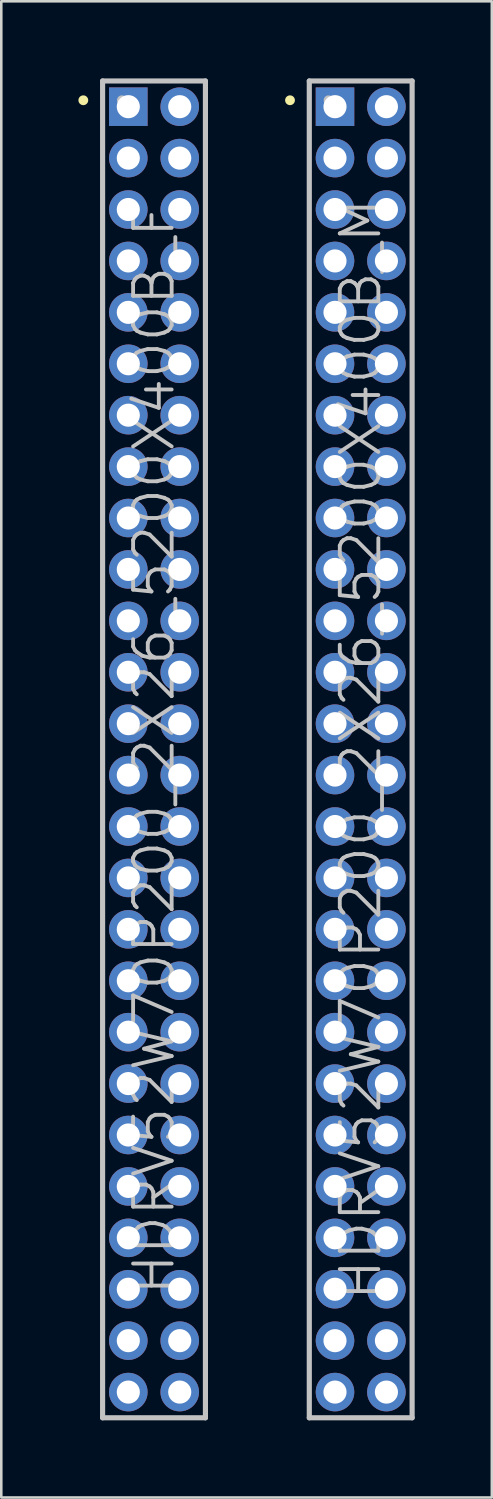
<source format=kicad_pcb>
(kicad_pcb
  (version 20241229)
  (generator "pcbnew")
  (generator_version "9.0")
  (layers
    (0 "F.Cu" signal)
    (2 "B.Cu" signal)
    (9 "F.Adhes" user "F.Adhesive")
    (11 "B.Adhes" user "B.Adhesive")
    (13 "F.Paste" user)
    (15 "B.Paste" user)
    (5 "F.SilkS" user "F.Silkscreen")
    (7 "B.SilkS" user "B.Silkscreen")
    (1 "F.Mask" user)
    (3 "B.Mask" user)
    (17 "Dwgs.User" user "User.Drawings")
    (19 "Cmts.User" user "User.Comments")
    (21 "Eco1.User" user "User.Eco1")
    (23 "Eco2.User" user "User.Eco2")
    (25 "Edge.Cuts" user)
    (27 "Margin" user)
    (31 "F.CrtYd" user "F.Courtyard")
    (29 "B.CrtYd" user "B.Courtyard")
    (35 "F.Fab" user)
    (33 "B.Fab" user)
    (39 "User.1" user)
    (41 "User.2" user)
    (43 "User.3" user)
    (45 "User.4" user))
  (footprint "HDRV52W70P200_2X26_5200X400B_F"
    (layer "F.Cu")
    (at 2.941 26.1)
    (property "Reference" "HDRV52W70P200_2X26_5200X400B_F" (at 0 0 90) (layer "Dwgs.User") (effects (font (size 1.5 1.5) (thickness 0.15))))
    (attr through_hole)
    (fp_line (start -2.75 -25.25) (end -2.75 -25.25) (stroke (width 0.381) (type solid)) (layer "F.SilkS"))
    (fp_line (start -2 -26) (end -2 26) (stroke (width 0.2) (type solid)) (layer "Dwgs.User"))
    (fp_line (start -2 -26) (end 2 -26) (stroke (width 0.2) (type solid)) (layer "Dwgs.User"))
    (fp_line (start -2 26) (end 2 26) (stroke (width 0.2) (type solid)) (layer "Dwgs.User"))
    (fp_line (start -1.25 -25.25) (end -1.25 -25.25) (stroke (width 0.381) (type solid)) (layer "Dwgs.User"))
    (fp_line (start 2 -26) (end 2 26) (stroke (width 0.2) (type solid)) (layer "Dwgs.User"))
    (pad "1" thru_hole rect (at -1 -25) (size 1.5 1.5) (drill 0.9) (layers "*.Cu" "*.Mask"))
    (pad "2" thru_hole circle (at 1 -25 270) (size 1.5 1.5) (drill 0.9) (layers "*.Cu" "*.Mask"))
    (pad "3" thru_hole circle (at -1 -23 270) (size 1.5 1.5) (drill 0.9) (layers "*.Cu" "*.Mask"))
    (pad "4" thru_hole circle (at 1 -23 270) (size 1.5 1.5) (drill 0.9) (layers "*.Cu" "*.Mask"))
    (pad "5" thru_hole circle (at -1 -21 270) (size 1.5 1.5) (drill 0.9) (layers "*.Cu" "*.Mask"))
    (pad "6" thru_hole circle (at 1 -21 270) (size 1.5 1.5) (drill 0.9) (layers "*.Cu" "*.Mask"))
    (pad "7" thru_hole circle (at -1 -19 270) (size 1.5 1.5) (drill 0.9) (layers "*.Cu" "*.Mask"))
    (pad "8" thru_hole circle (at 1 -19 270) (size 1.5 1.5) (drill 0.9) (layers "*.Cu" "*.Mask"))
    (pad "9" thru_hole circle (at -1 -17 270) (size 1.5 1.5) (drill 0.9) (layers "*.Cu" "*.Mask"))
    (pad "10" thru_hole circle (at 1 -17 270) (size 1.5 1.5) (drill 0.9) (layers "*.Cu" "*.Mask"))
    (pad "11" thru_hole circle (at -1 -15 270) (size 1.5 1.5) (drill 0.9) (layers "*.Cu" "*.Mask"))
    (pad "12" thru_hole circle (at 1 -15 270) (size 1.5 1.5) (drill 0.9) (layers "*.Cu" "*.Mask"))
    (pad "13" thru_hole circle (at -1 -13 270) (size 1.5 1.5) (drill 0.9) (layers "*.Cu" "*.Mask"))
    (pad "14" thru_hole circle (at 1 -13 270) (size 1.5 1.5) (drill 0.9) (layers "*.Cu" "*.Mask"))
    (pad "15" thru_hole circle (at -1 -11 270) (size 1.5 1.5) (drill 0.9) (layers "*.Cu" "*.Mask"))
    (pad "16" thru_hole circle (at 1 -11 270) (size 1.5 1.5) (drill 0.9) (layers "*.Cu" "*.Mask"))
    (pad "17" thru_hole circle (at -1 -9 270) (size 1.5 1.5) (drill 0.9) (layers "*.Cu" "*.Mask"))
    (pad "18" thru_hole circle (at 1 -9 270) (size 1.5 1.5) (drill 0.9) (layers "*.Cu" "*.Mask"))
    (pad "19" thru_hole circle (at -1 -7 270) (size 1.5 1.5) (drill 0.9) (layers "*.Cu" "*.Mask"))
    (pad "20" thru_hole circle (at 1 -7 270) (size 1.5 1.5) (drill 0.9) (layers "*.Cu" "*.Mask"))
    (pad "21" thru_hole circle (at -1 -5 270) (size 1.5 1.5) (drill 0.9) (layers "*.Cu" "*.Mask"))
    (pad "22" thru_hole circle (at 1 -5 270) (size 1.5 1.5) (drill 0.9) (layers "*.Cu" "*.Mask"))
    (pad "23" thru_hole circle (at -1 -3 270) (size 1.5 1.5) (drill 0.9) (layers "*.Cu" "*.Mask"))
    (pad "24" thru_hole circle (at 1 -3 270) (size 1.5 1.5) (drill 0.9) (layers "*.Cu" "*.Mask"))
    (pad "25" thru_hole circle (at -1 -1 270) (size 1.5 1.5) (drill 0.9) (layers "*.Cu" "*.Mask"))
    (pad "26" thru_hole circle (at 1 -1 270) (size 1.5 1.5) (drill 0.9) (layers "*.Cu" "*.Mask"))
    (pad "27" thru_hole circle (at -1 1 270) (size 1.5 1.5) (drill 0.9) (layers "*.Cu" "*.Mask"))
    (pad "28" thru_hole circle (at 1 1 270) (size 1.5 1.5) (drill 0.9) (layers "*.Cu" "*.Mask"))
    (pad "29" thru_hole circle (at -1 3 270) (size 1.5 1.5) (drill 0.9) (layers "*.Cu" "*.Mask"))
    (pad "30" thru_hole circle (at 1 3 270) (size 1.5 1.5) (drill 0.9) (layers "*.Cu" "*.Mask"))
    (pad "31" thru_hole circle (at -1 5 270) (size 1.5 1.5) (drill 0.9) (layers "*.Cu" "*.Mask"))
    (pad "32" thru_hole circle (at 1 5 270) (size 1.5 1.5) (drill 0.9) (layers "*.Cu" "*.Mask"))
    (pad "33" thru_hole circle (at -1 7 270) (size 1.5 1.5) (drill 0.9) (layers "*.Cu" "*.Mask"))
    (pad "34" thru_hole circle (at 1 7 270) (size 1.5 1.5) (drill 0.9) (layers "*.Cu" "*.Mask"))
    (pad "35" thru_hole circle (at -1 9 270) (size 1.5 1.5) (drill 0.9) (layers "*.Cu" "*.Mask"))
    (pad "36" thru_hole circle (at 1 9 270) (size 1.5 1.5) (drill 0.9) (layers "*.Cu" "*.Mask"))
    (pad "37" thru_hole circle (at -1 11 270) (size 1.5 1.5) (drill 0.9) (layers "*.Cu" "*.Mask"))
    (pad "38" thru_hole circle (at 1 11 270) (size 1.5 1.5) (drill 0.9) (layers "*.Cu" "*.Mask"))
    (pad "39" thru_hole circle (at -1 13 270) (size 1.5 1.5) (drill 0.9) (layers "*.Cu" "*.Mask"))
    (pad "40" thru_hole circle (at 1 13 270) (size 1.5 1.5) (drill 0.9) (layers "*.Cu" "*.Mask"))
    (pad "41" thru_hole circle (at -1 15 270) (size 1.5 1.5) (drill 0.9) (layers "*.Cu" "*.Mask"))
    (pad "42" thru_hole circle (at 1 15 270) (size 1.5 1.5) (drill 0.9) (layers "*.Cu" "*.Mask"))
    (pad "43" thru_hole circle (at -1 17 270) (size 1.5 1.5) (drill 0.9) (layers "*.Cu" "*.Mask"))
    (pad "44" thru_hole circle (at 1 17 270) (size 1.5 1.5) (drill 0.9) (layers "*.Cu" "*.Mask"))
    (pad "45" thru_hole circle (at -1 19 270) (size 1.5 1.5) (drill 0.9) (layers "*.Cu" "*.Mask"))
    (pad "46" thru_hole circle (at 1 19 270) (size 1.5 1.5) (drill 0.9) (layers "*.Cu" "*.Mask"))
    (pad "47" thru_hole circle (at -1 21 270) (size 1.5 1.5) (drill 0.9) (layers "*.Cu" "*.Mask"))
    (pad "48" thru_hole circle (at 1 21 270) (size 1.5 1.5) (drill 0.9) (layers "*.Cu" "*.Mask"))
    (pad "49" thru_hole circle (at -1 23 270) (size 1.5 1.5) (drill 0.9) (layers "*.Cu" "*.Mask"))
    (pad "50" thru_hole circle (at 1 23 270) (size 1.5 1.5) (drill 0.9) (layers "*.Cu" "*.Mask"))
    (pad "51" thru_hole circle (at -1 25 270) (size 1.5 1.5) (drill 0.9) (layers "*.Cu" "*.Mask"))
    (pad "52" thru_hole circle (at 1 25 270) (size 1.5 1.5) (drill 0.9) (layers "*.Cu" "*.Mask")))
  (footprint "HDRV52W70P200_2X26_5200X400B_M"
    (layer "F.Cu")
    (at 10.981 26.1)
    (property "Reference" "HDRV52W70P200_2X26_5200X400B_M" (at 0 0 90) (layer "Dwgs.User") (effects (font (size 1.5 1.5) (thickness 0.15))))
    (attr through_hole)
    (fp_line (start -2.75 -25.25) (end -2.75 -25.25) (stroke (width 0.381) (type solid)) (layer "F.SilkS"))
    (fp_line (start -2 -26) (end -2 26) (stroke (width 0.2) (type solid)) (layer "Dwgs.User"))
    (fp_line (start -2 -26) (end 2 -26) (stroke (width 0.2) (type solid)) (layer "Dwgs.User"))
    (fp_line (start -2 26) (end 2 26) (stroke (width 0.2) (type solid)) (layer "Dwgs.User"))
    (fp_line (start -1.25 -25.25) (end -1.25 -25.25) (stroke (width 0.381) (type solid)) (layer "Dwgs.User"))
    (fp_line (start 2 -26) (end 2 26) (stroke (width 0.2) (type solid)) (layer "Dwgs.User"))
    (pad "1" thru_hole rect (at -1 -25) (size 1.5 1.5) (drill 0.9) (layers "*.Cu" "*.Mask"))
    (pad "2" thru_hole circle (at 1 -25 270) (size 1.5 1.5) (drill 0.9) (layers "*.Cu" "*.Mask"))
    (pad "3" thru_hole circle (at -1 -23 270) (size 1.5 1.5) (drill 0.9) (layers "*.Cu" "*.Mask"))
    (pad "4" thru_hole circle (at 1 -23 270) (size 1.5 1.5) (drill 0.9) (layers "*.Cu" "*.Mask"))
    (pad "5" thru_hole circle (at -1 -21 270) (size 1.5 1.5) (drill 0.9) (layers "*.Cu" "*.Mask"))
    (pad "6" thru_hole circle (at 1 -21 270) (size 1.5 1.5) (drill 0.9) (layers "*.Cu" "*.Mask"))
    (pad "7" thru_hole circle (at -1 -19 270) (size 1.5 1.5) (drill 0.9) (layers "*.Cu" "*.Mask"))
    (pad "8" thru_hole circle (at 1 -19 270) (size 1.5 1.5) (drill 0.9) (layers "*.Cu" "*.Mask"))
    (pad "9" thru_hole circle (at -1 -17 270) (size 1.5 1.5) (drill 0.9) (layers "*.Cu" "*.Mask"))
    (pad "10" thru_hole circle (at 1 -17 270) (size 1.5 1.5) (drill 0.9) (layers "*.Cu" "*.Mask"))
    (pad "11" thru_hole circle (at -1 -15 270) (size 1.5 1.5) (drill 0.9) (layers "*.Cu" "*.Mask"))
    (pad "12" thru_hole circle (at 1 -15 270) (size 1.5 1.5) (drill 0.9) (layers "*.Cu" "*.Mask"))
    (pad "13" thru_hole circle (at -1 -13 270) (size 1.5 1.5) (drill 0.9) (layers "*.Cu" "*.Mask"))
    (pad "14" thru_hole circle (at 1 -13 270) (size 1.5 1.5) (drill 0.9) (layers "*.Cu" "*.Mask"))
    (pad "15" thru_hole circle (at -1 -11 270) (size 1.5 1.5) (drill 0.9) (layers "*.Cu" "*.Mask"))
    (pad "16" thru_hole circle (at 1 -11 270) (size 1.5 1.5) (drill 0.9) (layers "*.Cu" "*.Mask"))
    (pad "17" thru_hole circle (at -1 -9 270) (size 1.5 1.5) (drill 0.9) (layers "*.Cu" "*.Mask"))
    (pad "18" thru_hole circle (at 1 -9 270) (size 1.5 1.5) (drill 0.9) (layers "*.Cu" "*.Mask"))
    (pad "19" thru_hole circle (at -1 -7 270) (size 1.5 1.5) (drill 0.9) (layers "*.Cu" "*.Mask"))
    (pad "20" thru_hole circle (at 1 -7 270) (size 1.5 1.5) (drill 0.9) (layers "*.Cu" "*.Mask"))
    (pad "21" thru_hole circle (at -1 -5 270) (size 1.5 1.5) (drill 0.9) (layers "*.Cu" "*.Mask"))
    (pad "22" thru_hole circle (at 1 -5 270) (size 1.5 1.5) (drill 0.9) (layers "*.Cu" "*.Mask"))
    (pad "23" thru_hole circle (at -1 -3 270) (size 1.5 1.5) (drill 0.9) (layers "*.Cu" "*.Mask"))
    (pad "24" thru_hole circle (at 1 -3 270) (size 1.5 1.5) (drill 0.9) (layers "*.Cu" "*.Mask"))
    (pad "25" thru_hole circle (at -1 -1 270) (size 1.5 1.5) (drill 0.9) (layers "*.Cu" "*.Mask"))
    (pad "26" thru_hole circle (at 1 -1 270) (size 1.5 1.5) (drill 0.9) (layers "*.Cu" "*.Mask"))
    (pad "27" thru_hole circle (at -1 1 270) (size 1.5 1.5) (drill 0.9) (layers "*.Cu" "*.Mask"))
    (pad "28" thru_hole circle (at 1 1 270) (size 1.5 1.5) (drill 0.9) (layers "*.Cu" "*.Mask"))
    (pad "29" thru_hole circle (at -1 3 270) (size 1.5 1.5) (drill 0.9) (layers "*.Cu" "*.Mask"))
    (pad "30" thru_hole circle (at 1 3 270) (size 1.5 1.5) (drill 0.9) (layers "*.Cu" "*.Mask"))
    (pad "31" thru_hole circle (at -1 5 270) (size 1.5 1.5) (drill 0.9) (layers "*.Cu" "*.Mask"))
    (pad "32" thru_hole circle (at 1 5 270) (size 1.5 1.5) (drill 0.9) (layers "*.Cu" "*.Mask"))
    (pad "33" thru_hole circle (at -1 7 270) (size 1.5 1.5) (drill 0.9) (layers "*.Cu" "*.Mask"))
    (pad "34" thru_hole circle (at 1 7 270) (size 1.5 1.5) (drill 0.9) (layers "*.Cu" "*.Mask"))
    (pad "35" thru_hole circle (at -1 9 270) (size 1.5 1.5) (drill 0.9) (layers "*.Cu" "*.Mask"))
    (pad "36" thru_hole circle (at 1 9 270) (size 1.5 1.5) (drill 0.9) (layers "*.Cu" "*.Mask"))
    (pad "37" thru_hole circle (at -1 11 270) (size 1.5 1.5) (drill 0.9) (layers "*.Cu" "*.Mask"))
    (pad "38" thru_hole circle (at 1 11 270) (size 1.5 1.5) (drill 0.9) (layers "*.Cu" "*.Mask"))
    (pad "39" thru_hole circle (at -1 13 270) (size 1.5 1.5) (drill 0.9) (layers "*.Cu" "*.Mask"))
    (pad "40" thru_hole circle (at 1 13 270) (size 1.5 1.5) (drill 0.9) (layers "*.Cu" "*.Mask"))
    (pad "41" thru_hole circle (at -1 15 270) (size 1.5 1.5) (drill 0.9) (layers "*.Cu" "*.Mask"))
    (pad "42" thru_hole circle (at 1 15 270) (size 1.5 1.5) (drill 0.9) (layers "*.Cu" "*.Mask"))
    (pad "43" thru_hole circle (at -1 17 270) (size 1.5 1.5) (drill 0.9) (layers "*.Cu" "*.Mask"))
    (pad "44" thru_hole circle (at 1 17 270) (size 1.5 1.5) (drill 0.9) (layers "*.Cu" "*.Mask"))
    (pad "45" thru_hole circle (at -1 19 270) (size 1.5 1.5) (drill 0.9) (layers "*.Cu" "*.Mask"))
    (pad "46" thru_hole circle (at 1 19 270) (size 1.5 1.5) (drill 0.9) (layers "*.Cu" "*.Mask"))
    (pad "47" thru_hole circle (at -1 21 270) (size 1.5 1.5) (drill 0.9) (layers "*.Cu" "*.Mask"))
    (pad "48" thru_hole circle (at 1 21 270) (size 1.5 1.5) (drill 0.9) (layers "*.Cu" "*.Mask"))
    (pad "49" thru_hole circle (at -1 23 270) (size 1.5 1.5) (drill 0.9) (layers "*.Cu" "*.Mask"))
    (pad "50" thru_hole circle (at 1 23 270) (size 1.5 1.5) (drill 0.9) (layers "*.Cu" "*.Mask"))
    (pad "51" thru_hole circle (at -1 25 270) (size 1.5 1.5) (drill 0.9) (layers "*.Cu" "*.Mask"))
    (pad "52" thru_hole circle (at 1 25 270) (size 1.5 1.5) (drill 0.9) (layers "*.Cu" "*.Mask")))
  (gr_rect
    (start -3 -3)
    (end 16.081 55.2)
    (stroke (width 0.1) (type default))
    (fill no)
    (layer "Edge.Cuts")))
</source>
